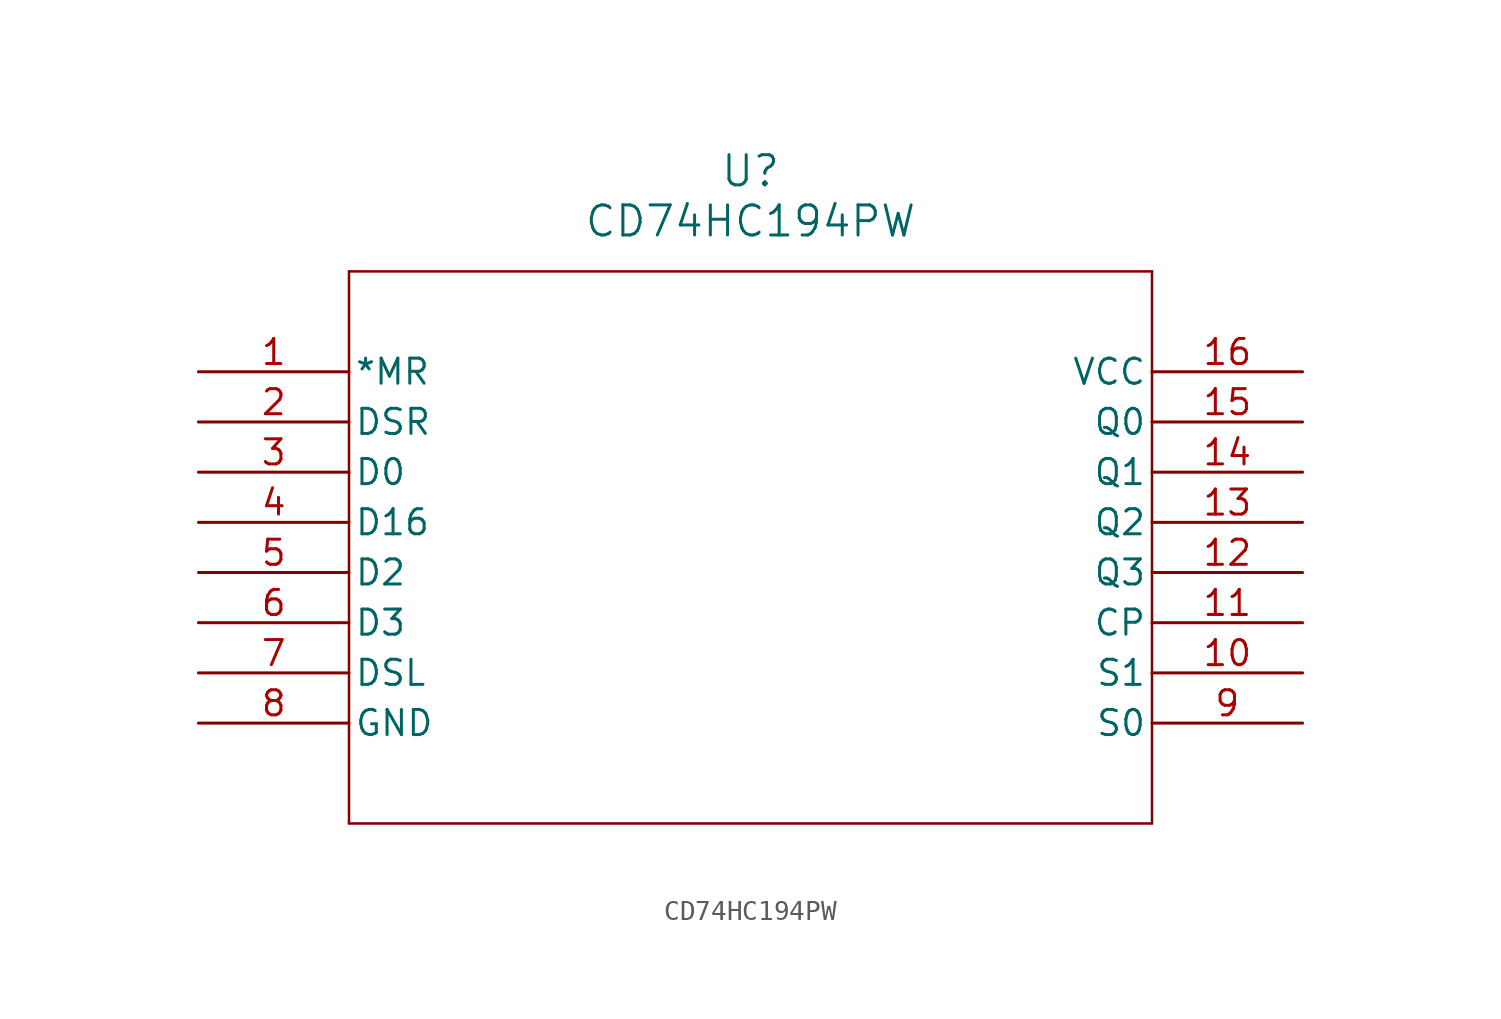
<source format=kicad_sym>
(kicad_symbol_lib
  (version 20211014)
  (generator kicad_symbol_editor)
  (symbol "CD74HC194PW"
    (pin_names
      (offset 0.254))
    (property "Reference" "U"
      (at 27.94 10.16 0)
      (effects (font (size 1.524 1.524))))
    (property "Value" "CD74HC194PW"
      (at 27.94 7.62 0)
      (effects (font (size 1.524 1.524))))
    (symbol "CD74HC194PW_0_1"
      (polyline (pts (xy 7.62 5.08) (xy 7.62 -22.86)) (stroke (width 0.127) (type default) (color 0 0 0 0)) (fill (type none)))
      (polyline (pts (xy 7.62 -22.86) (xy 48.26 -22.86)) (stroke (width 0.127) (type default) (color 0 0 0 0)) (fill (type none)))
      (polyline (pts (xy 48.26 -22.86) (xy 48.26 5.08)) (stroke (width 0.127) (type default) (color 0 0 0 0)) (fill (type none)))
      (polyline (pts (xy 48.26 5.08) (xy 7.62 5.08)) (stroke (width 0.127) (type default) (color 0 0 0 0)) (fill (type none)))
      (pin input line (at 0 0 0) (length 7.62) (name "*MR" (effects (font (size 1.27 1.27)))) (number "1" (effects (font (size 1.27 1.27)))))
      (pin input line (at 0 -2.54 0) (length 7.62) (name "DSR" (effects (font (size 1.27 1.27)))) (number "2" (effects (font (size 1.27 1.27)))))
      (pin input line (at 0 -5.08 0) (length 7.62) (name "D0" (effects (font (size 1.27 1.27)))) (number "3" (effects (font (size 1.27 1.27)))))
      (pin input line (at 0 -7.62 0) (length 7.62) (name "D16" (effects (font (size 1.27 1.27)))) (number "4" (effects (font (size 1.27 1.27)))))
      (pin input line (at 0 -10.16 0) (length 7.62) (name "D2" (effects (font (size 1.27 1.27)))) (number "5" (effects (font (size 1.27 1.27)))))
      (pin input line (at 0 -12.7 0) (length 7.62) (name "D3" (effects (font (size 1.27 1.27)))) (number "6" (effects (font (size 1.27 1.27)))))
      (pin input line (at 0 -15.24 0) (length 7.62) (name "DSL" (effects (font (size 1.27 1.27)))) (number "7" (effects (font (size 1.27 1.27)))))
      (pin power_in line (at 0 -17.78 0) (length 7.62) (name "GND" (effects (font (size 1.27 1.27)))) (number "8" (effects (font (size 1.27 1.27)))))
      (pin input line (at 55.88 -17.78 180) (length 7.62) (name "S0" (effects (font (size 1.27 1.27)))) (number "9" (effects (font (size 1.27 1.27)))))
      (pin input line (at 55.88 -15.24 180) (length 7.62) (name "S1" (effects (font (size 1.27 1.27)))) (number "10" (effects (font (size 1.27 1.27)))))
      (pin input line (at 55.88 -12.7 180) (length 7.62) (name "CP" (effects (font (size 1.27 1.27)))) (number "11" (effects (font (size 1.27 1.27)))))
      (pin output line (at 55.88 -10.16 180) (length 7.62) (name "Q3" (effects (font (size 1.27 1.27)))) (number "12" (effects (font (size 1.27 1.27)))))
      (pin output line (at 55.88 -7.62 180) (length 7.62) (name "Q2" (effects (font (size 1.27 1.27)))) (number "13" (effects (font (size 1.27 1.27)))))
      (pin output line (at 55.88 -5.08 180) (length 7.62) (name "Q1" (effects (font (size 1.27 1.27)))) (number "14" (effects (font (size 1.27 1.27)))))
      (pin output line (at 55.88 -2.54 180) (length 7.62) (name "Q0" (effects (font (size 1.27 1.27)))) (number "15" (effects (font (size 1.27 1.27)))))
      (pin power_in line (at 55.88 0 180) (length 7.62) (name "VCC" (effects (font (size 1.27 1.27)))) (number "16" (effects (font (size 1.27 1.27))))))))
</source>
